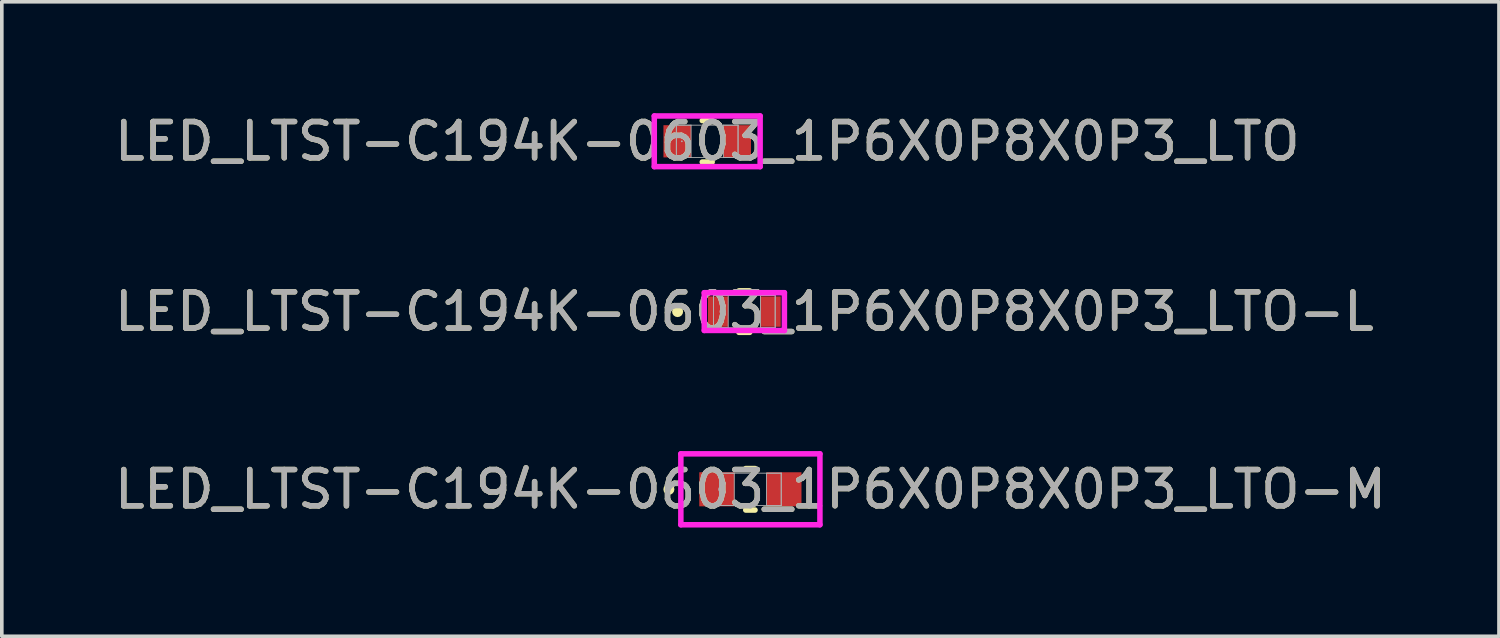
<source format=kicad_pcb>
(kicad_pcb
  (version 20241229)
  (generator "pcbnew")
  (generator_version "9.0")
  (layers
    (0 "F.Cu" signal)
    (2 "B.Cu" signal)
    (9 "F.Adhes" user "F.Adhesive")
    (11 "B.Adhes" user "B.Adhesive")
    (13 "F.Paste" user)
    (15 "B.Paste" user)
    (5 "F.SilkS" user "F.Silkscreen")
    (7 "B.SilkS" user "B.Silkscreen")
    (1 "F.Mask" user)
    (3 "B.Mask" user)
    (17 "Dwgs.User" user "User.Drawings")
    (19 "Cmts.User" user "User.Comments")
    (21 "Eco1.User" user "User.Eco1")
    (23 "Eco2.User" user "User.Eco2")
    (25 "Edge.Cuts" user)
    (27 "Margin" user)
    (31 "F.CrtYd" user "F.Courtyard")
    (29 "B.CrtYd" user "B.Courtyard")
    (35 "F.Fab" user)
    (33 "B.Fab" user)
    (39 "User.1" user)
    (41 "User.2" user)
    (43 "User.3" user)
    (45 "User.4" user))
  (footprint "LED_LTST-C194K-0603_1P6X0P8X0P3_LTO"
    (layer "F.Cu")
    (at 16.458 0.848)
    (property "Reference" "LED_LTST-C194K-0603_1P6X0P8X0P3_LTO" (at 0 0 0) (unlocked yes) (layer "F.SilkS") (effects (font (size 1 1) (thickness 0.15))))
    (attr smd)
    (fp_line (start -0.137 0.572) (end 0.137 0.572) (stroke (width 0.152) (type solid)) (layer "F.SilkS"))
    (fp_line (start 0.137 -0.572) (end -0.137 -0.572) (stroke (width 0.152) (type solid)) (layer "F.SilkS"))
    (fp_line (start -1.46 -0.699) (end 1.46 -0.699) (stroke (width 0.152) (type solid)) (layer "F.CrtYd"))
    (fp_line (start -1.46 0.699) (end -1.46 -0.699) (stroke (width 0.152) (type solid)) (layer "F.CrtYd"))
    (fp_line (start 1.46 -0.699) (end 1.46 0.699) (stroke (width 0.152) (type solid)) (layer "F.CrtYd"))
    (fp_line (start 1.46 0.699) (end -1.46 0.699) (stroke (width 0.152) (type solid)) (layer "F.CrtYd"))
    (fp_line (start -0.851 -0.445) (end -0.851 0.445) (stroke (width 0.025) (type solid)) (layer "F.Fab"))
    (fp_line (start -0.851 -0.445) (end -0.851 0.445) (stroke (width 0.025) (type solid)) (layer "F.Fab"))
    (fp_line (start -0.851 0.445) (end -0.445 0.445) (stroke (width 0.025) (type solid)) (layer "F.Fab"))
    (fp_line (start -0.851 0.445) (end 0.851 0.445) (stroke (width 0.025) (type solid)) (layer "F.Fab"))
    (fp_line (start -0.445 -0.445) (end -0.851 -0.445) (stroke (width 0.025) (type solid)) (layer "F.Fab"))
    (fp_line (start -0.445 0.445) (end -0.445 -0.445) (stroke (width 0.025) (type solid)) (layer "F.Fab"))
    (fp_line (start 0.445 -0.445) (end 0.445 0.445) (stroke (width 0.025) (type solid)) (layer "F.Fab"))
    (fp_line (start 0.445 0.445) (end 0.851 0.445) (stroke (width 0.025) (type solid)) (layer "F.Fab"))
    (fp_line (start 0.851 -0.445) (end -0.851 -0.445) (stroke (width 0.025) (type solid)) (layer "F.Fab"))
    (fp_line (start 0.851 -0.445) (end 0.445 -0.445) (stroke (width 0.025) (type solid)) (layer "F.Fab"))
    (fp_line (start 0.851 0.445) (end 0.851 -0.445) (stroke (width 0.025) (type solid)) (layer "F.Fab"))
    (fp_line (start 0.851 0.445) (end 0.851 -0.445) (stroke (width 0.025) (type solid)) (layer "F.Fab"))
    (fp_circle (center -0.699 0) (end -0.699 0) (stroke (width 0.025) (type solid)) (fill no) (layer "F.Fab"))
    (fp_text user "${REFERENCE}" (at 0 0 0) (unlocked yes) (layer "F.Fab") (effects (font (size 1 1) (thickness 0.15))))
    (pad "1" smd rect (at -0.826 0) (size 0.762 0.889) (layers "F.Cu" "F.Mask" "F.Paste"))
    (pad "2" smd rect (at 0.826 0) (size 0.762 0.889) (layers "F.Cu" "F.Mask" "F.Paste"))
    (zone (net_name "") (layer "F.Cu") (hatch full 0.508) (connect_pads) (min_thickness 0.254) (filled_areas_thickness no) (keepout (tracks not_allowed) (vias not_allowed) (pads allowed) (copperpour not_allowed) (footprints allowed)) (placement (enabled no)) (fill) (polygon (pts (xy 16.065 0.455) (xy 16.852 0.455) (xy 16.852 1.242) (xy 16.065 1.242)))))
  (footprint "LED_LTST-C194K-0603_1P6X0P8X0P3_LTO-M"
    (layer "F.Cu")
    (at 17.649 10.447)
    (property "Reference" "LED_LTST-C194K-0603_1P6X0P8X0P3_LTO-M" (at 0 0 0) (unlocked yes) (layer "F.SilkS") (effects (font (size 1 1) (thickness 0.15))))
    (attr smd)
    (fp_line (start -0.128 0.572) (end 0.128 0.572) (stroke (width 0.152) (type solid)) (layer "F.SilkS"))
    (fp_line (start 0.128 -0.572) (end -0.128 -0.572) (stroke (width 0.152) (type solid)) (layer "F.SilkS"))
    (fp_circle (center -2.248 0) (end -2.172 0) (stroke (width 0.152) (type solid)) (fill no) (layer "F.SilkS"))
    (fp_line (start -1.918 -0.978) (end 1.918 -0.978) (stroke (width 0.152) (type solid)) (layer "F.CrtYd"))
    (fp_line (start -1.918 0.978) (end -1.918 -0.978) (stroke (width 0.152) (type solid)) (layer "F.CrtYd"))
    (fp_line (start 1.918 -0.978) (end 1.918 0.978) (stroke (width 0.152) (type solid)) (layer "F.CrtYd"))
    (fp_line (start 1.918 0.978) (end -1.918 0.978) (stroke (width 0.152) (type solid)) (layer "F.CrtYd"))
    (fp_line (start -0.851 -0.445) (end -0.851 0.445) (stroke (width 0.025) (type solid)) (layer "F.Fab"))
    (fp_line (start -0.851 -0.445) (end -0.851 0.445) (stroke (width 0.025) (type solid)) (layer "F.Fab"))
    (fp_line (start -0.851 0.445) (end -0.445 0.445) (stroke (width 0.025) (type solid)) (layer "F.Fab"))
    (fp_line (start -0.851 0.445) (end 0.851 0.445) (stroke (width 0.025) (type solid)) (layer "F.Fab"))
    (fp_line (start -0.445 -0.445) (end -0.851 -0.445) (stroke (width 0.025) (type solid)) (layer "F.Fab"))
    (fp_line (start -0.445 0.445) (end -0.445 -0.445) (stroke (width 0.025) (type solid)) (layer "F.Fab"))
    (fp_line (start 0.445 -0.445) (end 0.445 0.445) (stroke (width 0.025) (type solid)) (layer "F.Fab"))
    (fp_line (start 0.445 0.445) (end 0.851 0.445) (stroke (width 0.025) (type solid)) (layer "F.Fab"))
    (fp_line (start 0.851 -0.445) (end -0.851 -0.445) (stroke (width 0.025) (type solid)) (layer "F.Fab"))
    (fp_line (start 0.851 -0.445) (end 0.445 -0.445) (stroke (width 0.025) (type solid)) (layer "F.Fab"))
    (fp_line (start 0.851 0.445) (end 0.851 -0.445) (stroke (width 0.025) (type solid)) (layer "F.Fab"))
    (fp_line (start 0.851 0.445) (end 0.851 -0.445) (stroke (width 0.025) (type solid)) (layer "F.Fab"))
    (fp_circle (center -0.8 0) (end -0.724 0) (stroke (width 0.025) (type solid)) (fill no) (layer "F.Fab"))
    (fp_text user "${REFERENCE}" (at 0 0 0) (unlocked yes) (layer "F.Fab") (effects (font (size 1 1) (thickness 0.15))))
    (pad "1" smd rect (at -0.927 0) (size 0.965 0.94) (layers "F.Cu" "F.Mask" "F.Paste"))
    (pad "2" smd rect (at 0.927 0) (size 0.965 0.94) (layers "F.Cu" "F.Mask" "F.Paste"))
    (zone (net_name "") (layer "F.Cu") (hatch full 0.508) (connect_pads) (min_thickness 0.254) (filled_areas_thickness no) (keepout (tracks not_allowed) (vias not_allowed) (pads allowed) (copperpour not_allowed) (footprints allowed)) (placement (enabled no)) (fill) (polygon (pts (xy 17.255 10.053) (xy 18.043 10.053) (xy 18.043 10.841) (xy 17.255 10.841)))))
  (footprint "LED_LTST-C194K-0603_1P6X0P8X0P3_LTO-L"
    (layer "F.Cu")
    (at 17.482 5.545)
    (property "Reference" "LED_LTST-C194K-0603_1P6X0P8X0P3_LTO-L" (at 0 0 0) (unlocked yes) (layer "F.SilkS") (effects (font (size 1 1) (thickness 0.15))))
    (attr smd)
    (fp_line (start -0.149 0.572) (end 0.149 0.572) (stroke (width 0.152) (type solid)) (layer "F.SilkS"))
    (fp_line (start 0.149 -0.572) (end -0.149 -0.572) (stroke (width 0.152) (type solid)) (layer "F.SilkS"))
    (fp_circle (center -1.841 0) (end -1.765 0) (stroke (width 0.152) (type solid)) (fill no) (layer "F.SilkS"))
    (fp_line (start -1.105 -0.521) (end 1.105 -0.521) (stroke (width 0.152) (type solid)) (layer "F.CrtYd"))
    (fp_line (start -1.105 0.521) (end -1.105 -0.521) (stroke (width 0.152) (type solid)) (layer "F.CrtYd"))
    (fp_line (start 1.105 -0.521) (end 1.105 0.521) (stroke (width 0.152) (type solid)) (layer "F.CrtYd"))
    (fp_line (start 1.105 0.521) (end -1.105 0.521) (stroke (width 0.152) (type solid)) (layer "F.CrtYd"))
    (fp_line (start -0.851 -0.445) (end -0.851 0.445) (stroke (width 0.025) (type solid)) (layer "F.Fab"))
    (fp_line (start -0.851 -0.445) (end -0.851 0.445) (stroke (width 0.025) (type solid)) (layer "F.Fab"))
    (fp_line (start -0.851 0.445) (end -0.445 0.445) (stroke (width 0.025) (type solid)) (layer "F.Fab"))
    (fp_line (start -0.851 0.445) (end 0.851 0.445) (stroke (width 0.025) (type solid)) (layer "F.Fab"))
    (fp_line (start -0.445 -0.445) (end -0.851 -0.445) (stroke (width 0.025) (type solid)) (layer "F.Fab"))
    (fp_line (start -0.445 0.445) (end -0.445 -0.445) (stroke (width 0.025) (type solid)) (layer "F.Fab"))
    (fp_line (start 0.445 -0.445) (end 0.445 0.445) (stroke (width 0.025) (type solid)) (layer "F.Fab"))
    (fp_line (start 0.445 0.445) (end 0.851 0.445) (stroke (width 0.025) (type solid)) (layer "F.Fab"))
    (fp_line (start 0.851 -0.445) (end -0.851 -0.445) (stroke (width 0.025) (type solid)) (layer "F.Fab"))
    (fp_line (start 0.851 -0.445) (end 0.445 -0.445) (stroke (width 0.025) (type solid)) (layer "F.Fab"))
    (fp_line (start 0.851 0.445) (end 0.851 -0.445) (stroke (width 0.025) (type solid)) (layer "F.Fab"))
    (fp_line (start 0.851 0.445) (end 0.851 -0.445) (stroke (width 0.025) (type solid)) (layer "F.Fab"))
    (fp_circle (center -0.597 0) (end -0.521 0) (stroke (width 0.025) (type solid)) (fill no) (layer "F.Fab"))
    (fp_text user "${REFERENCE}" (at 0 0 0) (unlocked yes) (layer "F.Fab") (effects (font (size 1 1) (thickness 0.15))))
    (pad "1" smd rect (at -0.724 0) (size 0.559 0.838) (layers "F.Cu" "F.Mask" "F.Paste"))
    (pad "2" smd rect (at 0.724 0) (size 0.559 0.838) (layers "F.Cu" "F.Mask" "F.Paste"))
    (zone (net_name "") (layer "F.Cu") (hatch full 0.508) (connect_pads) (min_thickness 0.254) (filled_areas_thickness no) (keepout (tracks not_allowed) (vias not_allowed) (pads allowed) (copperpour not_allowed) (footprints allowed)) (placement (enabled no)) (fill) (polygon (pts (xy 17.088 5.151) (xy 17.876 5.151) (xy 17.876 5.938) (xy 17.088 5.938)))))
  (gr_rect
    (start -3 -3)
    (end 38.298 14.501)
    (stroke (width 0.1) (type default))
    (fill no)
    (layer "Edge.Cuts")))
</source>
